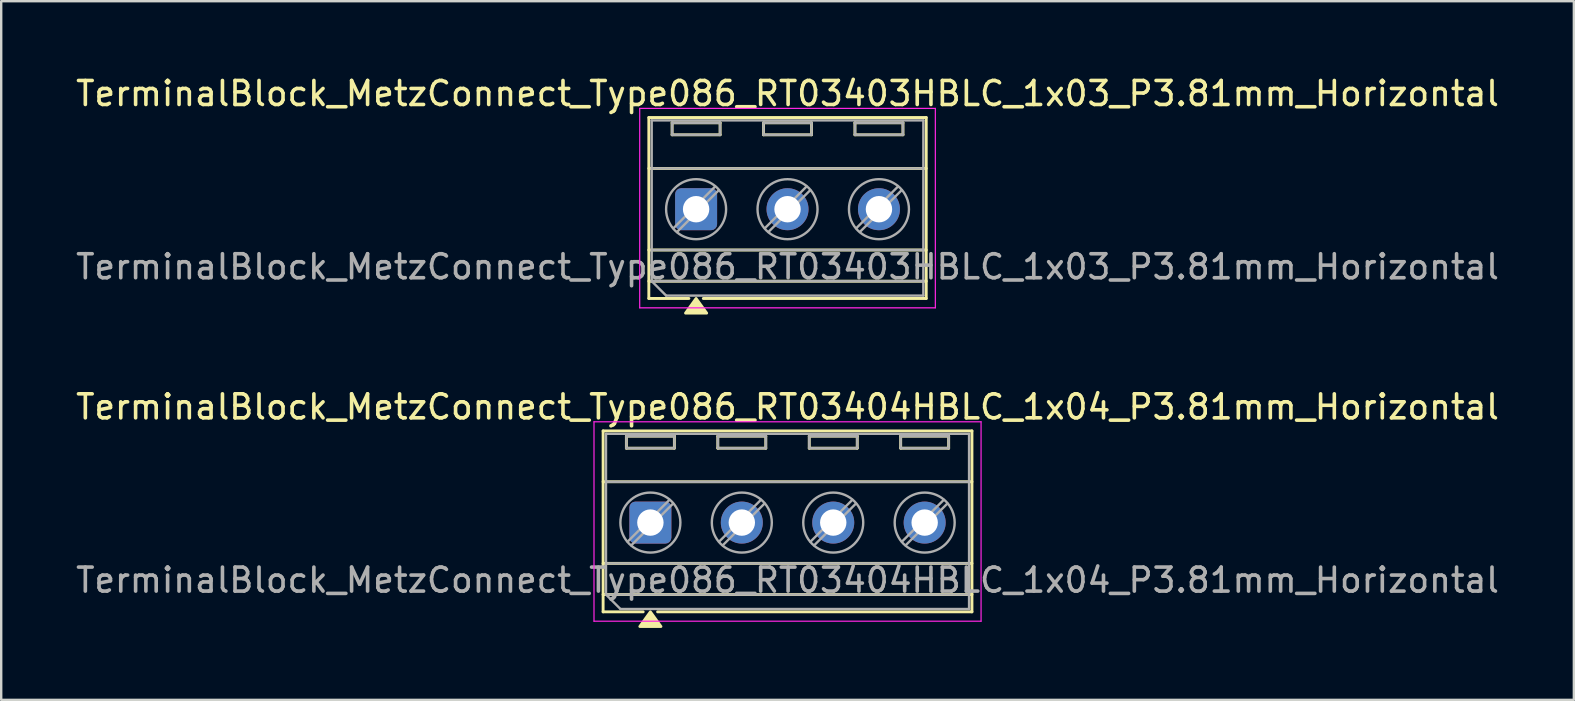
<source format=kicad_pcb>
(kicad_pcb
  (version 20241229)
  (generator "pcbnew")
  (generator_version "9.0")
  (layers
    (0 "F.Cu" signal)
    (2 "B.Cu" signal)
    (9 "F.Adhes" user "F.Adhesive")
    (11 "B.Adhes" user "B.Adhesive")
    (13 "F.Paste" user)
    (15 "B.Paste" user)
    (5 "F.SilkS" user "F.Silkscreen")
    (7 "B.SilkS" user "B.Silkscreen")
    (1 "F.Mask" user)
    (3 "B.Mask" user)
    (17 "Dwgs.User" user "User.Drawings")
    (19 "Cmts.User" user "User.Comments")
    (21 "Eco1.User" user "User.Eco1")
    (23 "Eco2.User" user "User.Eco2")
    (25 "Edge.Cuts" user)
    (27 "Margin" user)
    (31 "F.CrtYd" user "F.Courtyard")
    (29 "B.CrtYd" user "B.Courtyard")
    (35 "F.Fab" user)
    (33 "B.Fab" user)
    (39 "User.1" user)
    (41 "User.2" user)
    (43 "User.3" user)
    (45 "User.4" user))
  (footprint "TerminalBlock_MetzConnect_Type086_RT03404HBLC_1x04_P3.81mm_Horizontal"
    (layer "F.Cu")
    (at 24.053 18.727)
    (property "Reference" "TerminalBlock_MetzConnect_Type086_RT03404HBLC_1x04_P3.81mm_Horizontal" (at 5.715 -4.82 0) (layer "F.SilkS") (effects (font (size 1 1) (thickness 0.15))))
    (attr through_hole)
    (fp_line (start -1.97 -3.82) (end -1.97 3.72) (stroke (width 0.12) (type solid)) (layer "F.SilkS"))
    (fp_line (start -1.97 -3.82) (end 13.4 -3.82) (stroke (width 0.12) (type solid)) (layer "F.SilkS"))
    (fp_line (start -1.97 -1.7) (end 13.4 -1.7) (stroke (width 0.12) (type solid)) (layer "F.SilkS"))
    (fp_line (start -1.97 1.7) (end 13.4 1.7) (stroke (width 0.12) (type solid)) (layer "F.SilkS"))
    (fp_line (start -1.97 3) (end 13.4 3) (stroke (width 0.12) (type solid)) (layer "F.SilkS"))
    (fp_line (start -1.97 3.72) (end -0.3 3.72) (stroke (width 0.12) (type solid)) (layer "F.SilkS"))
    (fp_line (start -1 -3.6) (end -1 -3.1) (stroke (width 0.12) (type solid)) (layer "F.SilkS"))
    (fp_line (start -1 -3.6) (end 1 -3.6) (stroke (width 0.12) (type solid)) (layer "F.SilkS"))
    (fp_line (start -1 -3.1) (end 1 -3.1) (stroke (width 0.12) (type solid)) (layer "F.SilkS"))
    (fp_line (start 0.3 3.72) (end 13.4 3.72) (stroke (width 0.12) (type solid)) (layer "F.SilkS"))
    (fp_line (start 1 -3.6) (end 1 -3.1) (stroke (width 0.12) (type solid)) (layer "F.SilkS"))
    (fp_line (start 2.81 -3.6) (end 2.81 -3.1) (stroke (width 0.12) (type solid)) (layer "F.SilkS"))
    (fp_line (start 2.81 -3.6) (end 4.81 -3.6) (stroke (width 0.12) (type solid)) (layer "F.SilkS"))
    (fp_line (start 2.81 -3.1) (end 4.81 -3.1) (stroke (width 0.12) (type solid)) (layer "F.SilkS"))
    (fp_line (start 4.81 -3.6) (end 4.81 -3.1) (stroke (width 0.12) (type solid)) (layer "F.SilkS"))
    (fp_line (start 6.62 -3.6) (end 6.62 -3.1) (stroke (width 0.12) (type solid)) (layer "F.SilkS"))
    (fp_line (start 6.62 -3.6) (end 8.62 -3.6) (stroke (width 0.12) (type solid)) (layer "F.SilkS"))
    (fp_line (start 6.62 -3.1) (end 8.62 -3.1) (stroke (width 0.12) (type solid)) (layer "F.SilkS"))
    (fp_line (start 8.62 -3.6) (end 8.62 -3.1) (stroke (width 0.12) (type solid)) (layer "F.SilkS"))
    (fp_line (start 10.43 -3.6) (end 10.43 -3.1) (stroke (width 0.12) (type solid)) (layer "F.SilkS"))
    (fp_line (start 10.43 -3.6) (end 12.43 -3.6) (stroke (width 0.12) (type solid)) (layer "F.SilkS"))
    (fp_line (start 10.43 -3.1) (end 12.43 -3.1) (stroke (width 0.12) (type solid)) (layer "F.SilkS"))
    (fp_line (start 12.43 -3.6) (end 12.43 -3.1) (stroke (width 0.12) (type solid)) (layer "F.SilkS"))
    (fp_line (start 13.4 -3.82) (end 13.4 3.72) (stroke (width 0.12) (type solid)) (layer "F.SilkS"))
    (fp_poly (pts (xy 0 3.72) (xy 0.44 4.33) (xy -0.44 4.33)) (stroke (width 0.12) (type solid)) (fill yes) (layer "F.SilkS"))
    (fp_line (start -2.35 -4.2) (end -2.35 4.11) (stroke (width 0.05) (type solid)) (layer "F.CrtYd"))
    (fp_line (start -2.35 4.11) (end 13.78 4.11) (stroke (width 0.05) (type solid)) (layer "F.CrtYd"))
    (fp_line (start 13.78 -4.2) (end -2.35 -4.2) (stroke (width 0.05) (type solid)) (layer "F.CrtYd"))
    (fp_line (start 13.78 4.11) (end 13.78 -4.2) (stroke (width 0.05) (type solid)) (layer "F.CrtYd"))
    (fp_line (start -1.85 -3.7) (end 13.28 -3.7) (stroke (width 0.1) (type solid)) (layer "F.Fab"))
    (fp_line (start -1.85 -1.7) (end 13.28 -1.7) (stroke (width 0.1) (type solid)) (layer "F.Fab"))
    (fp_line (start -1.85 1.7) (end 13.28 1.7) (stroke (width 0.1) (type solid)) (layer "F.Fab"))
    (fp_line (start -1.85 3) (end -1.85 -3.7) (stroke (width 0.1) (type solid)) (layer "F.Fab"))
    (fp_line (start -1.85 3) (end 13.28 3) (stroke (width 0.1) (type solid)) (layer "F.Fab"))
    (fp_line (start -1.25 3.6) (end -1.85 3) (stroke (width 0.1) (type solid)) (layer "F.Fab"))
    (fp_line (start -1 -3.6) (end -1 -3.1) (stroke (width 0.1) (type solid)) (layer "F.Fab"))
    (fp_line (start -1 -3.1) (end 1 -3.1) (stroke (width 0.1) (type solid)) (layer "F.Fab"))
    (fp_line (start 0.796 -0.948) (end -0.948 0.795) (stroke (width 0.1) (type solid)) (layer "F.Fab"))
    (fp_line (start 0.948 -0.795) (end -0.796 0.948) (stroke (width 0.1) (type solid)) (layer "F.Fab"))
    (fp_line (start 1 -3.6) (end -1 -3.6) (stroke (width 0.1) (type solid)) (layer "F.Fab"))
    (fp_line (start 1 -3.1) (end 1 -3.6) (stroke (width 0.1) (type solid)) (layer "F.Fab"))
    (fp_line (start 2.81 -3.6) (end 2.81 -3.1) (stroke (width 0.1) (type solid)) (layer "F.Fab"))
    (fp_line (start 2.81 -3.1) (end 4.81 -3.1) (stroke (width 0.1) (type solid)) (layer "F.Fab"))
    (fp_line (start 4.606 -0.948) (end 2.862 0.795) (stroke (width 0.1) (type solid)) (layer "F.Fab"))
    (fp_line (start 4.758 -0.795) (end 3.014 0.948) (stroke (width 0.1) (type solid)) (layer "F.Fab"))
    (fp_line (start 4.81 -3.6) (end 2.81 -3.6) (stroke (width 0.1) (type solid)) (layer "F.Fab"))
    (fp_line (start 4.81 -3.1) (end 4.81 -3.6) (stroke (width 0.1) (type solid)) (layer "F.Fab"))
    (fp_line (start 6.62 -3.6) (end 6.62 -3.1) (stroke (width 0.1) (type solid)) (layer "F.Fab"))
    (fp_line (start 6.62 -3.1) (end 8.62 -3.1) (stroke (width 0.1) (type solid)) (layer "F.Fab"))
    (fp_line (start 8.416 -0.948) (end 6.672 0.795) (stroke (width 0.1) (type solid)) (layer "F.Fab"))
    (fp_line (start 8.568 -0.795) (end 6.824 0.948) (stroke (width 0.1) (type solid)) (layer "F.Fab"))
    (fp_line (start 8.62 -3.6) (end 6.62 -3.6) (stroke (width 0.1) (type solid)) (layer "F.Fab"))
    (fp_line (start 8.62 -3.1) (end 8.62 -3.6) (stroke (width 0.1) (type solid)) (layer "F.Fab"))
    (fp_line (start 10.43 -3.6) (end 10.43 -3.1) (stroke (width 0.1) (type solid)) (layer "F.Fab"))
    (fp_line (start 10.43 -3.1) (end 12.43 -3.1) (stroke (width 0.1) (type solid)) (layer "F.Fab"))
    (fp_line (start 12.226 -0.948) (end 10.482 0.795) (stroke (width 0.1) (type solid)) (layer "F.Fab"))
    (fp_line (start 12.378 -0.795) (end 10.634 0.948) (stroke (width 0.1) (type solid)) (layer "F.Fab"))
    (fp_line (start 12.43 -3.6) (end 10.43 -3.6) (stroke (width 0.1) (type solid)) (layer "F.Fab"))
    (fp_line (start 12.43 -3.1) (end 12.43 -3.6) (stroke (width 0.1) (type solid)) (layer "F.Fab"))
    (fp_line (start 13.28 -3.7) (end 13.28 3.6) (stroke (width 0.1) (type solid)) (layer "F.Fab"))
    (fp_line (start 13.28 3.6) (end -1.25 3.6) (stroke (width 0.1) (type solid)) (layer "F.Fab"))
    (fp_circle (center 0 0) (end 1.25 0) (stroke (width 0.1) (type solid)) (fill no) (layer "F.Fab"))
    (fp_circle (center 3.81 0) (end 5.06 0) (stroke (width 0.1) (type solid)) (fill no) (layer "F.Fab"))
    (fp_circle (center 7.62 0) (end 8.87 0) (stroke (width 0.1) (type solid)) (fill no) (layer "F.Fab"))
    (fp_circle (center 11.43 0) (end 12.68 0) (stroke (width 0.1) (type solid)) (fill no) (layer "F.Fab"))
    (fp_text user "${REFERENCE}" (at 5.715 2.4 0) (layer "F.Fab") (effects (font (size 1 1) (thickness 0.15))))
    (pad "1" thru_hole roundrect (at 0 0) (size 1.75 1.75) (drill 1.1) (layers "*.Cu" "*.Mask") (roundrect_rratio 0.143))
    (pad "2" thru_hole circle (at 3.81 0) (size 1.75 1.75) (drill 1.1) (layers "*.Cu" "*.Mask"))
    (pad "3" thru_hole circle (at 7.62 0) (size 1.75 1.75) (drill 1.1) (layers "*.Cu" "*.Mask"))
    (pad "4" thru_hole circle (at 11.43 0) (size 1.75 1.75) (drill 1.1) (layers "*.Cu" "*.Mask")))
  (footprint "TerminalBlock_MetzConnect_Type086_RT03403HBLC_1x03_P3.81mm_Horizontal"
    (layer "F.Cu")
    (at 25.958 5.668)
    (property "Reference" "TerminalBlock_MetzConnect_Type086_RT03403HBLC_1x03_P3.81mm_Horizontal" (at 3.81 -4.82 0) (layer "F.SilkS") (effects (font (size 1 1) (thickness 0.15))))
    (attr through_hole)
    (fp_line (start -1.97 -3.82) (end -1.97 3.72) (stroke (width 0.12) (type solid)) (layer "F.SilkS"))
    (fp_line (start -1.97 -3.82) (end 9.59 -3.82) (stroke (width 0.12) (type solid)) (layer "F.SilkS"))
    (fp_line (start -1.97 -1.7) (end 9.59 -1.7) (stroke (width 0.12) (type solid)) (layer "F.SilkS"))
    (fp_line (start -1.97 1.7) (end 9.59 1.7) (stroke (width 0.12) (type solid)) (layer "F.SilkS"))
    (fp_line (start -1.97 3) (end 9.59 3) (stroke (width 0.12) (type solid)) (layer "F.SilkS"))
    (fp_line (start -1.97 3.72) (end -0.3 3.72) (stroke (width 0.12) (type solid)) (layer "F.SilkS"))
    (fp_line (start -1 -3.6) (end -1 -3.1) (stroke (width 0.12) (type solid)) (layer "F.SilkS"))
    (fp_line (start -1 -3.6) (end 1 -3.6) (stroke (width 0.12) (type solid)) (layer "F.SilkS"))
    (fp_line (start -1 -3.1) (end 1 -3.1) (stroke (width 0.12) (type solid)) (layer "F.SilkS"))
    (fp_line (start 0.3 3.72) (end 9.59 3.72) (stroke (width 0.12) (type solid)) (layer "F.SilkS"))
    (fp_line (start 1 -3.6) (end 1 -3.1) (stroke (width 0.12) (type solid)) (layer "F.SilkS"))
    (fp_line (start 2.81 -3.6) (end 2.81 -3.1) (stroke (width 0.12) (type solid)) (layer "F.SilkS"))
    (fp_line (start 2.81 -3.6) (end 4.81 -3.6) (stroke (width 0.12) (type solid)) (layer "F.SilkS"))
    (fp_line (start 2.81 -3.1) (end 4.81 -3.1) (stroke (width 0.12) (type solid)) (layer "F.SilkS"))
    (fp_line (start 4.81 -3.6) (end 4.81 -3.1) (stroke (width 0.12) (type solid)) (layer "F.SilkS"))
    (fp_line (start 6.62 -3.6) (end 6.62 -3.1) (stroke (width 0.12) (type solid)) (layer "F.SilkS"))
    (fp_line (start 6.62 -3.6) (end 8.62 -3.6) (stroke (width 0.12) (type solid)) (layer "F.SilkS"))
    (fp_line (start 6.62 -3.1) (end 8.62 -3.1) (stroke (width 0.12) (type solid)) (layer "F.SilkS"))
    (fp_line (start 8.62 -3.6) (end 8.62 -3.1) (stroke (width 0.12) (type solid)) (layer "F.SilkS"))
    (fp_line (start 9.59 -3.82) (end 9.59 3.72) (stroke (width 0.12) (type solid)) (layer "F.SilkS"))
    (fp_poly (pts (xy 0 3.72) (xy 0.44 4.33) (xy -0.44 4.33)) (stroke (width 0.12) (type solid)) (fill yes) (layer "F.SilkS"))
    (fp_line (start -2.35 -4.2) (end -2.35 4.11) (stroke (width 0.05) (type solid)) (layer "F.CrtYd"))
    (fp_line (start -2.35 4.11) (end 9.97 4.11) (stroke (width 0.05) (type solid)) (layer "F.CrtYd"))
    (fp_line (start 9.97 -4.2) (end -2.35 -4.2) (stroke (width 0.05) (type solid)) (layer "F.CrtYd"))
    (fp_line (start 9.97 4.11) (end 9.97 -4.2) (stroke (width 0.05) (type solid)) (layer "F.CrtYd"))
    (fp_line (start -1.85 -3.7) (end 9.47 -3.7) (stroke (width 0.1) (type solid)) (layer "F.Fab"))
    (fp_line (start -1.85 -1.7) (end 9.47 -1.7) (stroke (width 0.1) (type solid)) (layer "F.Fab"))
    (fp_line (start -1.85 1.7) (end 9.47 1.7) (stroke (width 0.1) (type solid)) (layer "F.Fab"))
    (fp_line (start -1.85 3) (end -1.85 -3.7) (stroke (width 0.1) (type solid)) (layer "F.Fab"))
    (fp_line (start -1.85 3) (end 9.47 3) (stroke (width 0.1) (type solid)) (layer "F.Fab"))
    (fp_line (start -1.25 3.6) (end -1.85 3) (stroke (width 0.1) (type solid)) (layer "F.Fab"))
    (fp_line (start -1 -3.6) (end -1 -3.1) (stroke (width 0.1) (type solid)) (layer "F.Fab"))
    (fp_line (start -1 -3.1) (end 1 -3.1) (stroke (width 0.1) (type solid)) (layer "F.Fab"))
    (fp_line (start 0.796 -0.948) (end -0.948 0.795) (stroke (width 0.1) (type solid)) (layer "F.Fab"))
    (fp_line (start 0.948 -0.795) (end -0.796 0.948) (stroke (width 0.1) (type solid)) (layer "F.Fab"))
    (fp_line (start 1 -3.6) (end -1 -3.6) (stroke (width 0.1) (type solid)) (layer "F.Fab"))
    (fp_line (start 1 -3.1) (end 1 -3.6) (stroke (width 0.1) (type solid)) (layer "F.Fab"))
    (fp_line (start 2.81 -3.6) (end 2.81 -3.1) (stroke (width 0.1) (type solid)) (layer "F.Fab"))
    (fp_line (start 2.81 -3.1) (end 4.81 -3.1) (stroke (width 0.1) (type solid)) (layer "F.Fab"))
    (fp_line (start 4.606 -0.948) (end 2.862 0.795) (stroke (width 0.1) (type solid)) (layer "F.Fab"))
    (fp_line (start 4.758 -0.795) (end 3.014 0.948) (stroke (width 0.1) (type solid)) (layer "F.Fab"))
    (fp_line (start 4.81 -3.6) (end 2.81 -3.6) (stroke (width 0.1) (type solid)) (layer "F.Fab"))
    (fp_line (start 4.81 -3.1) (end 4.81 -3.6) (stroke (width 0.1) (type solid)) (layer "F.Fab"))
    (fp_line (start 6.62 -3.6) (end 6.62 -3.1) (stroke (width 0.1) (type solid)) (layer "F.Fab"))
    (fp_line (start 6.62 -3.1) (end 8.62 -3.1) (stroke (width 0.1) (type solid)) (layer "F.Fab"))
    (fp_line (start 8.416 -0.948) (end 6.672 0.795) (stroke (width 0.1) (type solid)) (layer "F.Fab"))
    (fp_line (start 8.568 -0.795) (end 6.824 0.948) (stroke (width 0.1) (type solid)) (layer "F.Fab"))
    (fp_line (start 8.62 -3.6) (end 6.62 -3.6) (stroke (width 0.1) (type solid)) (layer "F.Fab"))
    (fp_line (start 8.62 -3.1) (end 8.62 -3.6) (stroke (width 0.1) (type solid)) (layer "F.Fab"))
    (fp_line (start 9.47 -3.7) (end 9.47 3.6) (stroke (width 0.1) (type solid)) (layer "F.Fab"))
    (fp_line (start 9.47 3.6) (end -1.25 3.6) (stroke (width 0.1) (type solid)) (layer "F.Fab"))
    (fp_circle (center 0 0) (end 1.25 0) (stroke (width 0.1) (type solid)) (fill no) (layer "F.Fab"))
    (fp_circle (center 3.81 0) (end 5.06 0) (stroke (width 0.1) (type solid)) (fill no) (layer "F.Fab"))
    (fp_circle (center 7.62 0) (end 8.87 0) (stroke (width 0.1) (type solid)) (fill no) (layer "F.Fab"))
    (fp_text user "${REFERENCE}" (at 3.81 2.4 0) (layer "F.Fab") (effects (font (size 1 1) (thickness 0.15))))
    (pad "1" thru_hole roundrect (at 0 0) (size 1.75 1.75) (drill 1.1) (layers "*.Cu" "*.Mask") (roundrect_rratio 0.143))
    (pad "2" thru_hole circle (at 3.81 0) (size 1.75 1.75) (drill 1.1) (layers "*.Cu" "*.Mask"))
    (pad "3" thru_hole circle (at 7.62 0) (size 1.75 1.75) (drill 1.1) (layers "*.Cu" "*.Mask")))
  (gr_rect
    (start -3 -3)
    (end 62.536 26.116)
    (stroke (width 0.1) (type default))
    (fill no)
    (layer "Edge.Cuts")))
</source>
